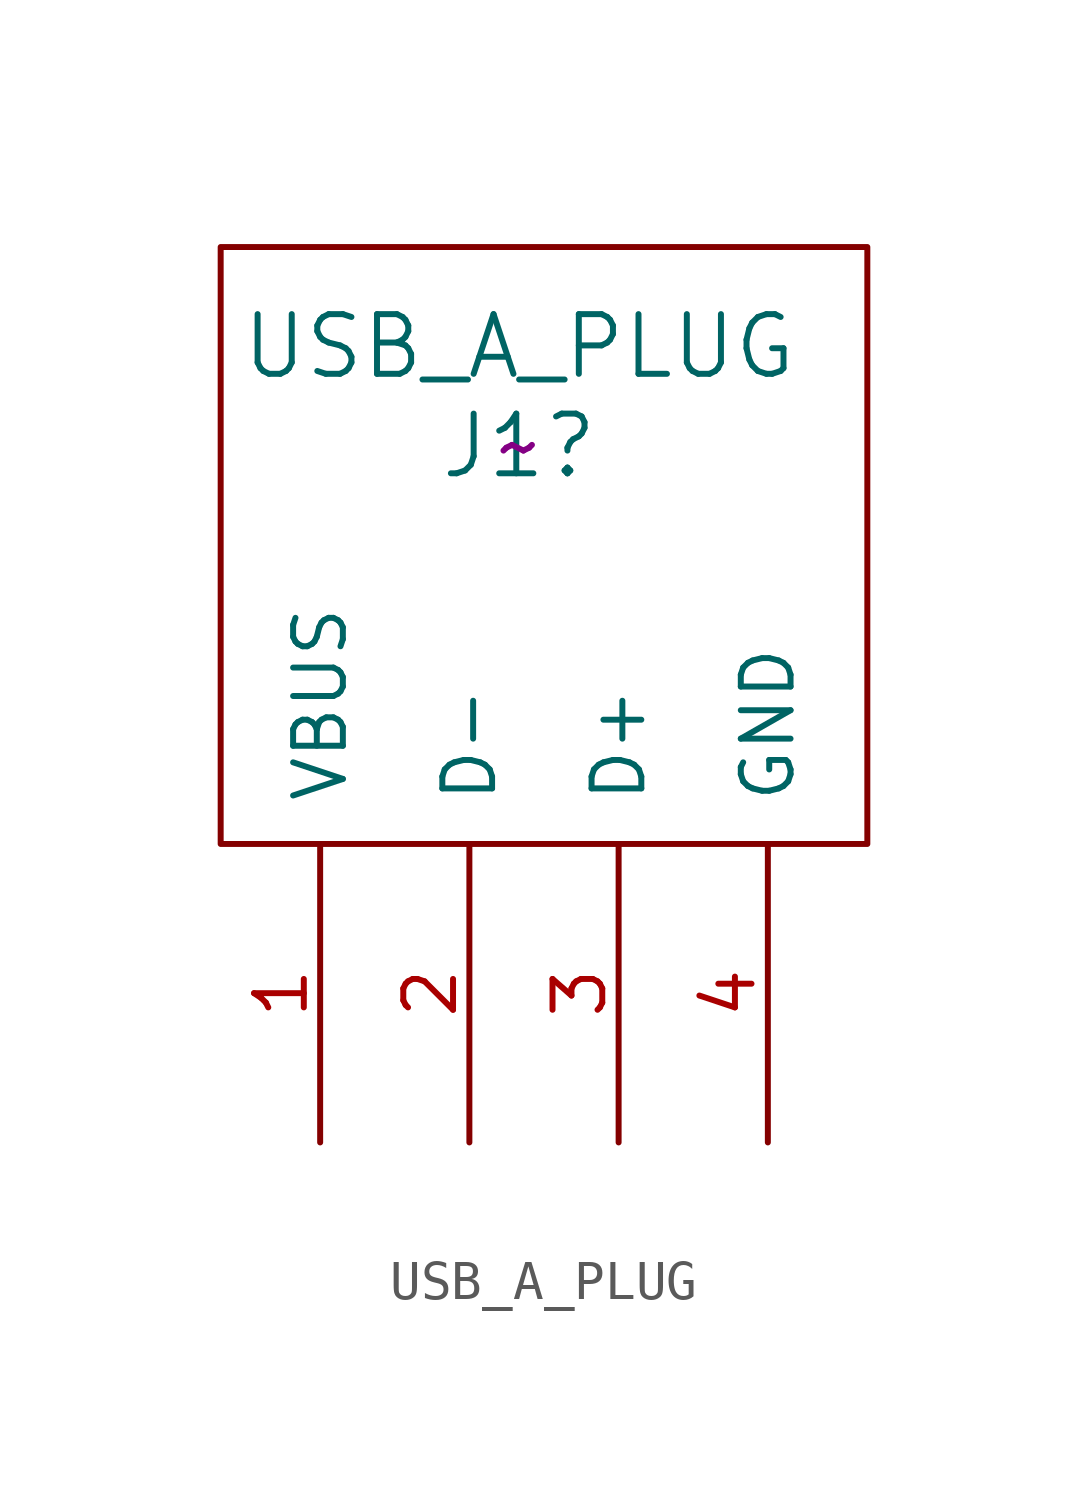
<source format=kicad_sym>
(kicad_symbol_lib
  (version 20220914)
  (generator kicad_symbol_editor)
  (symbol "USB_A_PLUG"
    (pin_names
      (offset 1.016))
    (property "Reference" "J1"
      (at 0 0 0)
      (effects (font (size 1.524 1.524))))
    (property "Value" "USB_A_PLUG"
      (at 0 2.54 0)
      (effects (font (size 1.524 1.524))))
    (property "Datasheet" "~"
      (at 0 0 0)
      (effects (font (size 1.524 1.524))))
    (symbol "USB_A_PLUG_0_1"
      (rectangle (start -7.62 5.08) (end 8.89 -10.16) (stroke (width 0) (type solid)) (fill (type none))))
    (symbol "USB_A_PLUG_1_1"
      (pin power_out line (at -5.08 -17.78 90) (length 7.62) (name "VBUS" (effects (font (size 1.27 1.27)))) (number "1" (effects (font (size 1.27 1.27)))))
      (pin bidirectional line (at -1.27 -17.78 90) (length 7.62) (name "D-" (effects (font (size 1.27 1.27)))) (number "2" (effects (font (size 1.27 1.27)))))
      (pin bidirectional line (at 2.54 -17.78 90) (length 7.62) (name "D+" (effects (font (size 1.27 1.27)))) (number "3" (effects (font (size 1.27 1.27)))))
      (pin power_out line (at 6.35 -17.78 90) (length 7.62) (name "GND" (effects (font (size 1.27 1.27)))) (number "4" (effects (font (size 1.27 1.27))))))))
</source>
